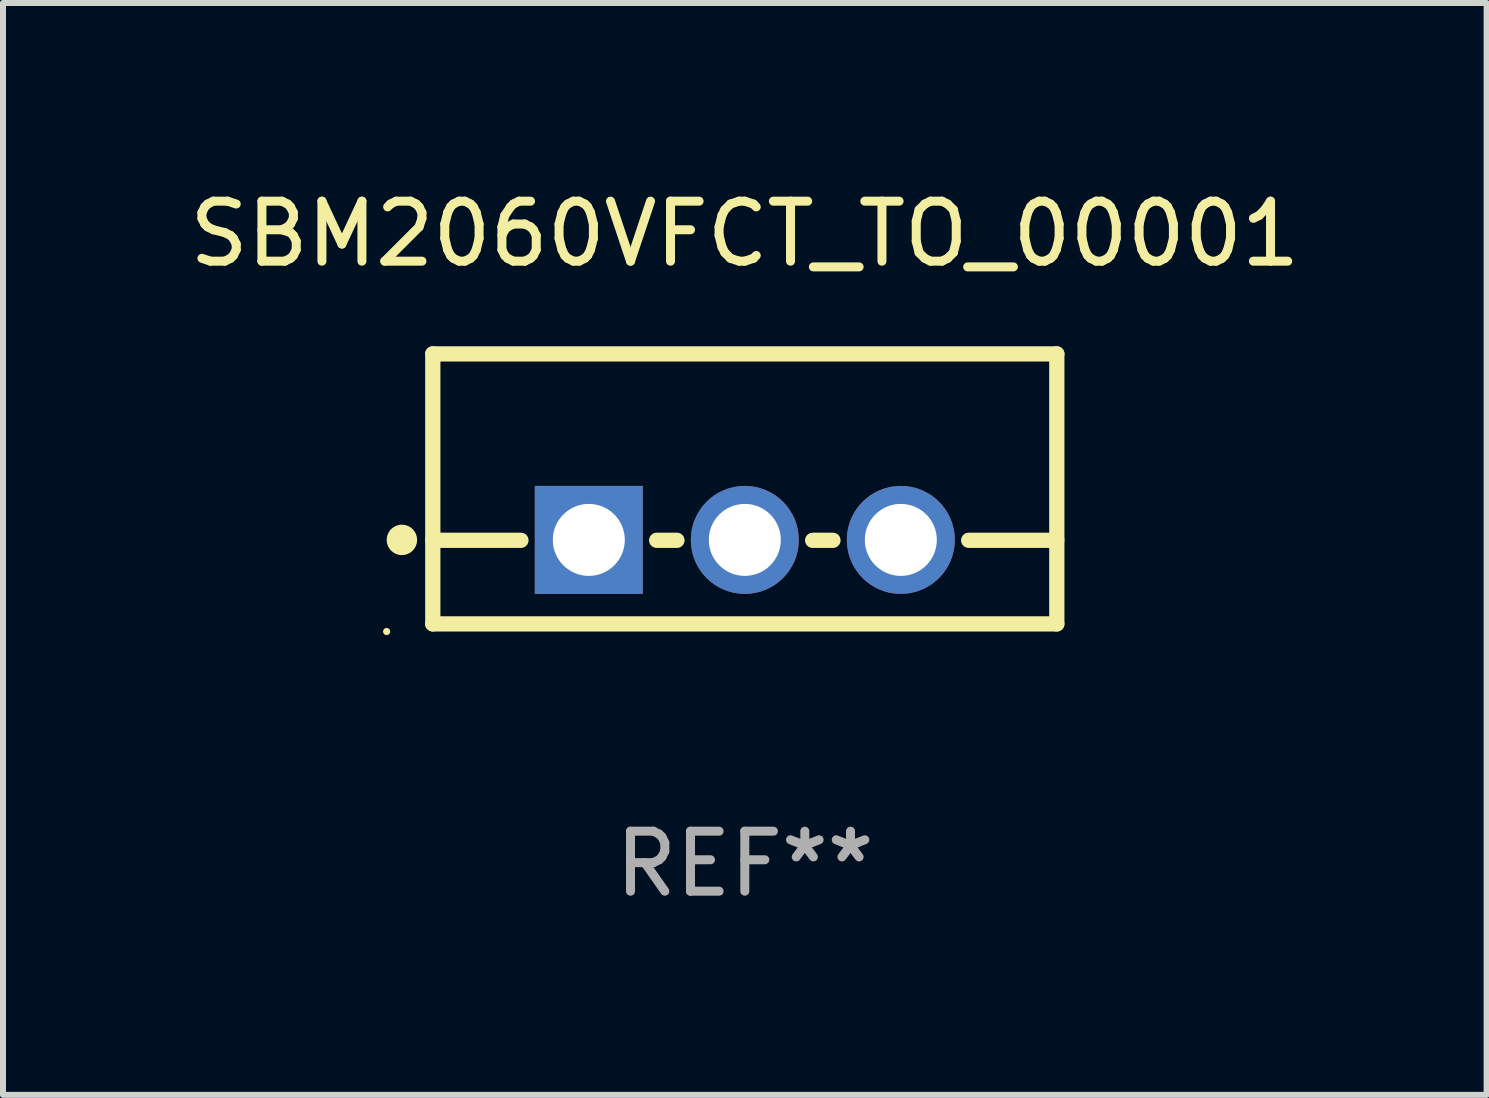
<source format=kicad_pcb>
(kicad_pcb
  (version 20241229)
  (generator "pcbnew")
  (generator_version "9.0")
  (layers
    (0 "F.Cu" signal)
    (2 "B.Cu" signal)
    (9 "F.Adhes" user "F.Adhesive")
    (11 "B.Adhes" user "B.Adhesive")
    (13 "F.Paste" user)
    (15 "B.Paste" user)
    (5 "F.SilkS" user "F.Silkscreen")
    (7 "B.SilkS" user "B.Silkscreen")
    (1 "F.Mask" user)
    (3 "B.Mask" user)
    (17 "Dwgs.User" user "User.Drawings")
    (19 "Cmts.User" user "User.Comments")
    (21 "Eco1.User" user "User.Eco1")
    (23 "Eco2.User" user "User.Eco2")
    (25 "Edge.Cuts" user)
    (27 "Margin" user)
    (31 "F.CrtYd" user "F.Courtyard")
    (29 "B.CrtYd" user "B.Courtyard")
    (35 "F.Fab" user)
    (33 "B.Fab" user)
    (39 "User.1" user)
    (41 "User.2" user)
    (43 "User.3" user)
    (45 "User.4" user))
  (footprint "SBM2060VFCT_TO_00001"
    (layer "F.Cu")
    (at 9.363 5.098)
    (property "Reference" "SBM2060VFCT_TO_00001" (at 0 -4.25 0) (layer "F.SilkS") (effects (font (size 1 1) (thickness 0.15))))
    (attr through_hole)
    (fp_line (start -5.2 -2.25) (end -5.2 2.25) (stroke (width 0.254) (type solid)) (layer "F.SilkS"))
    (fp_line (start -5.2 -2.25) (end 5.2 -2.25) (stroke (width 0.254) (type solid)) (layer "F.SilkS"))
    (fp_line (start -5.2 0.857) (end -3.731 0.857) (stroke (width 0.254) (type solid)) (layer "F.SilkS"))
    (fp_line (start -5.2 2.25) (end 5.2 2.25) (stroke (width 0.254) (type solid)) (layer "F.SilkS"))
    (fp_line (start -1.469 0.857) (end -1.131 0.857) (stroke (width 0.254) (type solid)) (layer "F.SilkS"))
    (fp_line (start 1.131 0.857) (end 1.469 0.857) (stroke (width 0.254) (type solid)) (layer "F.SilkS"))
    (fp_line (start 3.731 0.857) (end 5.2 0.857) (stroke (width 0.254) (type solid)) (layer "F.SilkS"))
    (fp_line (start 5.2 -2.25) (end 5.2 2.25) (stroke (width 0.254) (type solid)) (layer "F.SilkS"))
    (fp_circle (center -5.969 2.377) (end -5.939 2.377) (stroke (width 0.06) (type solid)) (fill no) (layer "F.SilkS"))
    (fp_circle (center -5.715 0.85) (end -5.588 0.85) (stroke (width 0.254) (type solid)) (fill no) (layer "F.SilkS"))
    (fp_text user "REF**" (at 0 6.25 0) (layer "F.Fab") (effects (font (size 1 1) (thickness 0.15))))
    (pad "1" thru_hole rect (at -2.6 0.85) (size 1.8 1.8) (drill 1.2) (layers "*.Cu" "*.Mask"))
    (pad "2" thru_hole circle (at 0 0.85) (size 1.8 1.8) (drill 1.2) (layers "*.Cu" "*.Mask"))
    (pad "3" thru_hole circle (at 2.6 0.85) (size 1.8 1.8) (drill 1.2) (layers "*.Cu" "*.Mask")))
  (gr_rect
    (start -3 -3)
    (end 21.726 15.197)
    (stroke (width 0.1) (type default))
    (fill no)
    (layer "Edge.Cuts")))
</source>
